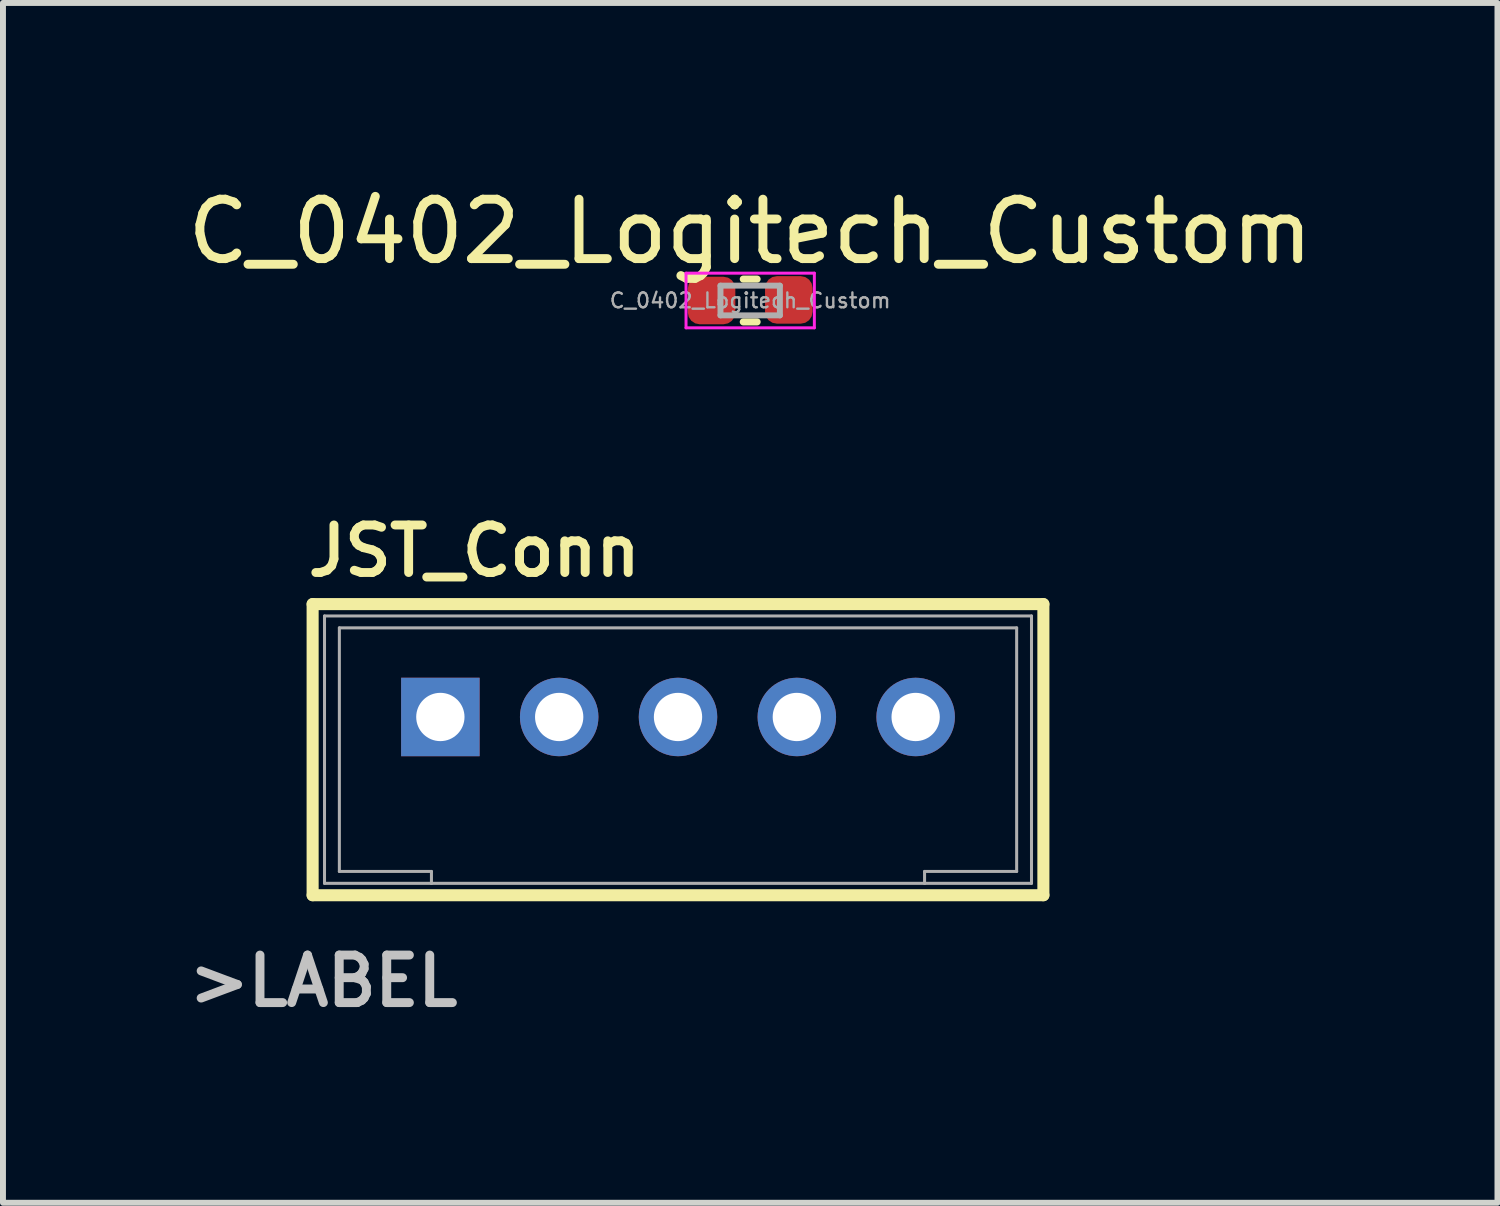
<source format=kicad_pcb>
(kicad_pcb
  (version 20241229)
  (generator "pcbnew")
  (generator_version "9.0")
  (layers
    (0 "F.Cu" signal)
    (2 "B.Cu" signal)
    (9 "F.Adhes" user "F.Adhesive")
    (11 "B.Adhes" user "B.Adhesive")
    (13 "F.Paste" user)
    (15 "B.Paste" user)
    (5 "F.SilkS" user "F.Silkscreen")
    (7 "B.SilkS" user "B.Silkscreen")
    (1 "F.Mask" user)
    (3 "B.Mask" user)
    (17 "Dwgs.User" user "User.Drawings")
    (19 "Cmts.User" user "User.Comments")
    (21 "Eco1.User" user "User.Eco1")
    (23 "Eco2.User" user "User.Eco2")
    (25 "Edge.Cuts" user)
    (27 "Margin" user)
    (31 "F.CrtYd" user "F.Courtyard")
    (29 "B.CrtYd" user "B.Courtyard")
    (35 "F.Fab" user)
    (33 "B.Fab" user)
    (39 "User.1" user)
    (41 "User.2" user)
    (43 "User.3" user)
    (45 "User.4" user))
  (footprint "C_0402_Logitech_Custom"
    (layer "F.Cu")
    (at 9.577 2.008)
    (property "Reference" "C_0402_Logitech_Custom" (at 0 -1.16 0) (layer "F.SilkS") (effects (font (size 1 1) (thickness 0.15))))
    (attr smd)
    (fp_line (start -0.116 -0.36) (end 0.116 -0.36) (stroke (width 0.12) (type solid)) (layer "F.SilkS"))
    (fp_line (start -0.116 0.36) (end 0.116 0.36) (stroke (width 0.12) (type solid)) (layer "F.SilkS"))
    (fp_line (start -1.08 -0.46) (end 1.08 -0.46) (stroke (width 0.05) (type solid)) (layer "F.CrtYd"))
    (fp_line (start -1.08 0.46) (end -1.08 -0.46) (stroke (width 0.05) (type solid)) (layer "F.CrtYd"))
    (fp_line (start 1.08 -0.46) (end 1.08 0.46) (stroke (width 0.05) (type solid)) (layer "F.CrtYd"))
    (fp_line (start 1.08 0.46) (end -1.08 0.46) (stroke (width 0.05) (type solid)) (layer "F.CrtYd"))
    (fp_line (start -0.5 -0.25) (end 0.5 -0.25) (stroke (width 0.1) (type solid)) (layer "F.Fab"))
    (fp_line (start -0.5 0.25) (end -0.5 -0.25) (stroke (width 0.1) (type solid)) (layer "F.Fab"))
    (fp_line (start 0.5 -0.25) (end 0.5 0.25) (stroke (width 0.1) (type solid)) (layer "F.Fab"))
    (fp_line (start 0.5 0.25) (end -0.5 0.25) (stroke (width 0.1) (type solid)) (layer "F.Fab"))
    (fp_text user "${REFERENCE}" (at 0 0 0) (layer "F.Fab") (effects (font (size 0.25 0.25) (thickness 0.04))))
    (pad "1" smd roundrect (at -0.65 0) (size 0.8 0.8) (layers "F.Cu" "F.Mask" "F.Paste") (roundrect_rratio 0.25))
    (pad "2" smd roundrect (at 0.65 -0.01) (size 0.8 0.8) (layers "F.Cu" "F.Mask" "F.Paste") (roundrect_rratio 0.25)))
  (footprint "JST_Conn"
    (layer "F.Cu")
    (at 8.362 9.018)
    (property "Reference" "JST_Conn" (at -3.429 -2.794 0) (layer "F.SilkS") (effects (font (size 0.8 0.8) (thickness 0.15))))
    (attr through_hole)
    (fp_line (start -6.15 -1.9) (end 6.15 -1.9) (stroke (width 0.203) (type solid)) (layer "F.SilkS"))
    (fp_line (start -6.15 3) (end -6.15 -1.9) (stroke (width 0.203) (type solid)) (layer "F.SilkS"))
    (fp_line (start 6.15 -1.9) (end 6.15 3) (stroke (width 0.203) (type solid)) (layer "F.SilkS"))
    (fp_line (start 6.15 3) (end -6.15 3) (stroke (width 0.203) (type solid)) (layer "F.SilkS"))
    (fp_line (start -5.95 -1.7) (end 5.95 -1.7) (stroke (width 0.051) (type solid)) (layer "F.Fab"))
    (fp_line (start -5.95 2.8) (end -5.95 -1.7) (stroke (width 0.051) (type solid)) (layer "F.Fab"))
    (fp_line (start -5.7 2.6) (end -5.7 -1.5) (stroke (width 0.051) (type solid)) (layer "F.Fab"))
    (fp_line (start -4.15 2.6) (end -5.7 2.6) (stroke (width 0.051) (type solid)) (layer "F.Fab"))
    (fp_line (start -4.15 2.8) (end -5.95 2.8) (stroke (width 0.051) (type solid)) (layer "F.Fab"))
    (fp_line (start -4.15 2.8) (end -4.15 2.6) (stroke (width 0.051) (type solid)) (layer "F.Fab"))
    (fp_line (start 4.15 2.8) (end -4.15 2.8) (stroke (width 0.051) (type solid)) (layer "F.Fab"))
    (fp_line (start 4.15 2.8) (end 4.15 2.6) (stroke (width 0.051) (type solid)) (layer "F.Fab"))
    (fp_line (start 5.7 -1.5) (end -5.7 -1.5) (stroke (width 0.051) (type solid)) (layer "F.Fab"))
    (fp_line (start 5.7 2.6) (end 4.15 2.6) (stroke (width 0.051) (type solid)) (layer "F.Fab"))
    (fp_line (start 5.7 2.6) (end 5.7 -1.5) (stroke (width 0.051) (type solid)) (layer "F.Fab"))
    (fp_line (start 5.95 -1.7) (end 5.95 2.8) (stroke (width 0.051) (type solid)) (layer "F.Fab"))
    (fp_line (start 5.95 2.8) (end 4.15 2.8) (stroke (width 0.051) (type solid)) (layer "F.Fab"))
    (fp_text user ">LABEL" (at -5.969 4.445 0) (layer "Dwgs.User") (effects (font (size 0.8 0.8) (thickness 0.15))))
    (pad "1" thru_hole rect (at -4 0) (size 1.321 1.321) (drill 0.813) (layers "*.Cu" "*.Mask"))
    (pad "2" thru_hole circle (at -2 0) (size 1.321 1.321) (drill 0.813) (layers "*.Cu" "*.Mask"))
    (pad "3" thru_hole circle (at 0 0) (size 1.321 1.321) (drill 0.813) (layers "*.Cu" "*.Mask"))
    (pad "4" thru_hole circle (at 2 0) (size 1.321 1.321) (drill 0.813) (layers "*.Cu" "*.Mask"))
    (pad "5" thru_hole circle (at 4 0) (size 1.321 1.321) (drill 0.813) (layers "*.Cu" "*.Mask")))
  (gr_rect
    (start -3 -3)
    (end 22.155 17.195)
    (stroke (width 0.1) (type default))
    (fill no)
    (layer "Edge.Cuts")))
</source>
